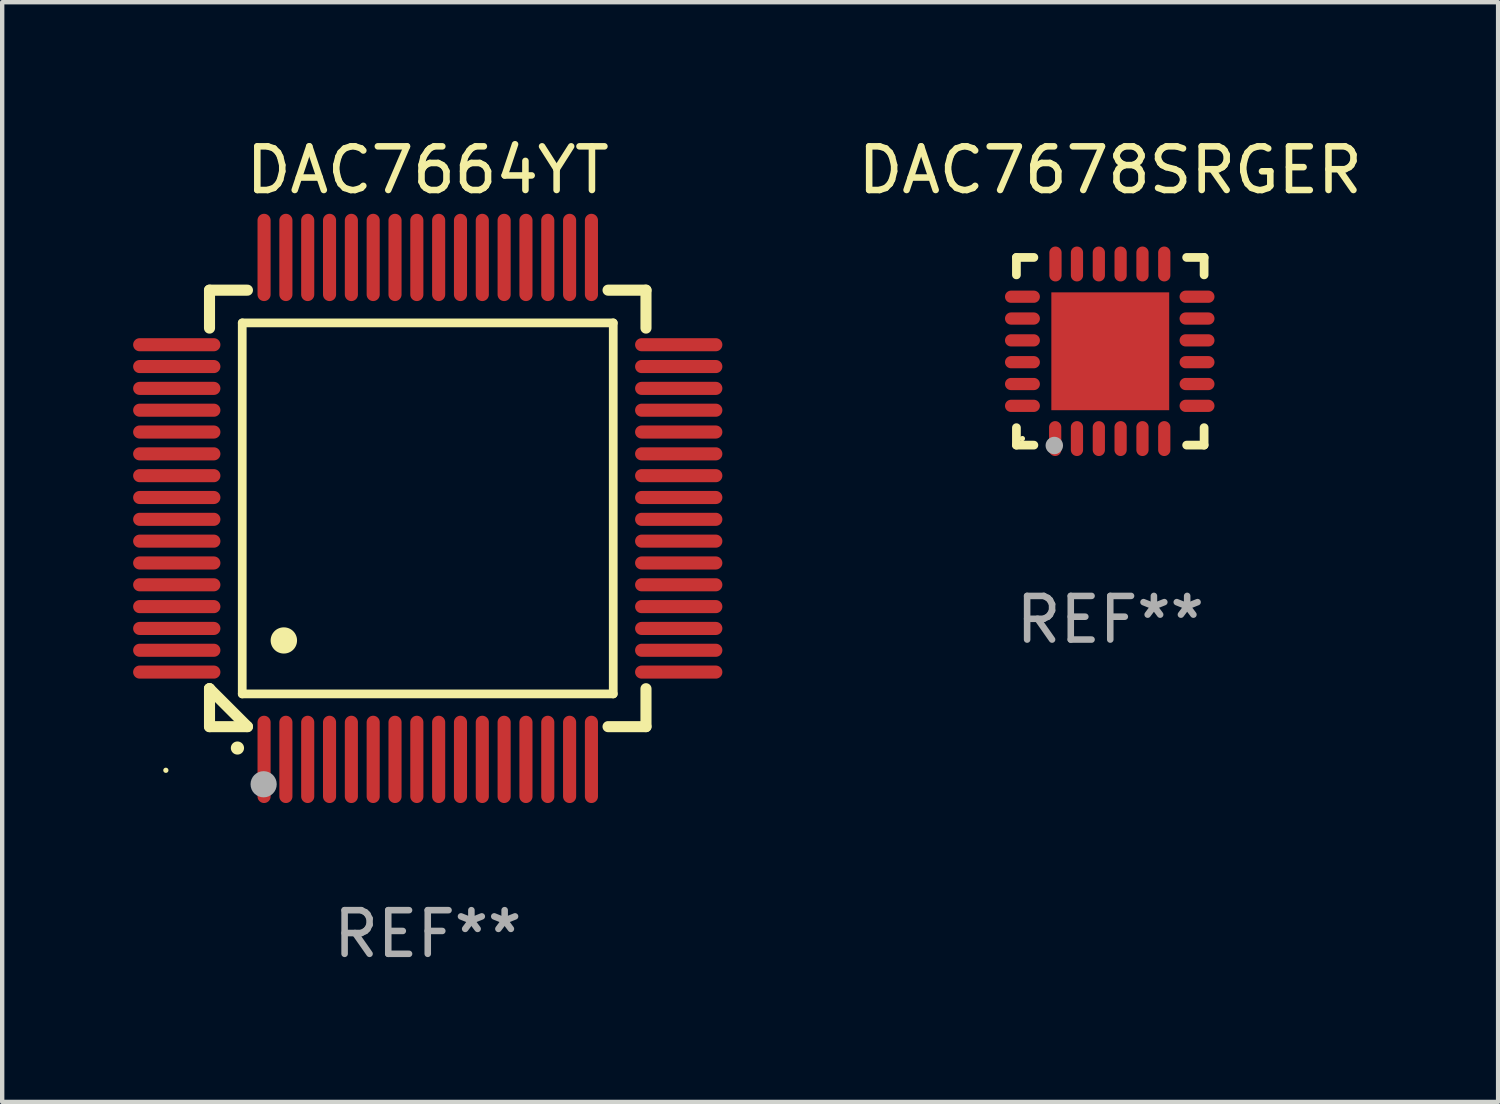
<source format=kicad_pcb>
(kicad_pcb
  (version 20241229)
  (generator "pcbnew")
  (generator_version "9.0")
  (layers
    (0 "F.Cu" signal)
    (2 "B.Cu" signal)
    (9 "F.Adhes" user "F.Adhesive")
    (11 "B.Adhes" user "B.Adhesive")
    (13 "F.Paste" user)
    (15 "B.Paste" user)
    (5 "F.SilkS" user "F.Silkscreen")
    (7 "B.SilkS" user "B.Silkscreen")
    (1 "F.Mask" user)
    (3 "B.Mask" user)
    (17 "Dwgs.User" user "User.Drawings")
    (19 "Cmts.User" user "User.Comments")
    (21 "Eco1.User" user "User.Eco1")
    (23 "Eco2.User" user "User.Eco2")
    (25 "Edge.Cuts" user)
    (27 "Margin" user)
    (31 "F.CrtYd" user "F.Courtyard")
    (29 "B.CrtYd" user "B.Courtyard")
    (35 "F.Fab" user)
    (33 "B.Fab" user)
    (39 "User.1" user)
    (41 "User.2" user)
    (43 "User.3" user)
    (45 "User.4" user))
  (footprint "DAC7678SRGER"
    (layer "F.Cu")
    (at 22.387 4.998)
    (property "Reference" "DAC7678SRGER" (at 0 -4.15 0) (layer "F.SilkS") (effects (font (size 1 1) (thickness 0.15))))
    (attr through_hole)
    (fp_line (start -2.15 -2.15) (end -1.75 -2.15) (stroke (width 0.2) (type solid)) (layer "F.SilkS"))
    (fp_line (start -2.15 -1.75) (end -2.15 -2.15) (stroke (width 0.2) (type solid)) (layer "F.SilkS"))
    (fp_line (start -2.15 2.15) (end -2.15 1.75) (stroke (width 0.2) (type solid)) (layer "F.SilkS"))
    (fp_line (start -1.75 2.15) (end -2.15 2.15) (stroke (width 0.2) (type solid)) (layer "F.SilkS"))
    (fp_line (start 2.15 -2.15) (end 1.75 -2.15) (stroke (width 0.2) (type solid)) (layer "F.SilkS"))
    (fp_line (start 2.15 -1.75) (end 2.15 -2.15) (stroke (width 0.2) (type solid)) (layer "F.SilkS"))
    (fp_line (start 2.15 1.75) (end 2.15 2.15) (stroke (width 0.2) (type solid)) (layer "F.SilkS"))
    (fp_line (start 2.15 2.15) (end 1.75 2.15) (stroke (width 0.2) (type solid)) (layer "F.SilkS"))
    (fp_circle (center -2.013 2) (end -1.983 2) (stroke (width 0.06) (type solid)) (fill no) (layer "F.SilkS"))
    (fp_circle (center -1.282 2.159) (end -1.182 2.159) (stroke (width 0.2) (type solid)) (fill no) (layer "F.Fab"))
    (fp_text user "REF**" (at 0 6.15 0) (layer "F.Fab") (effects (font (size 1 1) (thickness 0.15))))
    (pad "1" smd oval (at -1.262 2) (size 0.28 0.8) (layers "F.Cu" "F.Mask" "F.Paste"))
    (pad "2" smd oval (at -0.763 2) (size 0.28 0.8) (layers "F.Cu" "F.Mask" "F.Paste"))
    (pad "3" smd oval (at -0.262 2) (size 0.28 0.8) (layers "F.Cu" "F.Mask" "F.Paste"))
    (pad "4" smd oval (at 0.237 2) (size 0.28 0.8) (layers "F.Cu" "F.Mask" "F.Paste"))
    (pad "5" smd oval (at 0.738 2) (size 0.28 0.8) (layers "F.Cu" "F.Mask" "F.Paste"))
    (pad "6" smd oval (at 1.237 2) (size 0.28 0.8) (layers "F.Cu" "F.Mask" "F.Paste"))
    (pad "7" smd oval (at 1.988 1.25) (size 0.8 0.28) (layers "F.Cu" "F.Mask" "F.Paste"))
    (pad "8" smd oval (at 1.988 0.75) (size 0.8 0.28) (layers "F.Cu" "F.Mask" "F.Paste"))
    (pad "9" smd oval (at 1.988 0.25) (size 0.8 0.28) (layers "F.Cu" "F.Mask" "F.Paste"))
    (pad "10" smd oval (at 1.988 -0.25) (size 0.8 0.28) (layers "F.Cu" "F.Mask" "F.Paste"))
    (pad "11" smd oval (at 1.988 -0.75) (size 0.8 0.28) (layers "F.Cu" "F.Mask" "F.Paste"))
    (pad "12" smd oval (at 1.988 -1.25) (size 0.8 0.28) (layers "F.Cu" "F.Mask" "F.Paste"))
    (pad "13" smd oval (at 1.237 -2) (size 0.28 0.8) (layers "F.Cu" "F.Mask" "F.Paste"))
    (pad "14" smd oval (at 0.738 -2) (size 0.28 0.8) (layers "F.Cu" "F.Mask" "F.Paste"))
    (pad "15" smd oval (at 0.237 -2) (size 0.28 0.8) (layers "F.Cu" "F.Mask" "F.Paste"))
    (pad "16" smd oval (at -0.262 -2) (size 0.28 0.8) (layers "F.Cu" "F.Mask" "F.Paste"))
    (pad "17" smd oval (at -0.763 -2) (size 0.28 0.8) (layers "F.Cu" "F.Mask" "F.Paste"))
    (pad "18" smd oval (at -1.255 -2) (size 0.28 0.8) (layers "F.Cu" "F.Mask" "F.Paste"))
    (pad "19" smd oval (at -2.012 -1.25) (size 0.8 0.28) (layers "F.Cu" "F.Mask" "F.Paste"))
    (pad "20" smd oval (at -2.012 -0.75) (size 0.8 0.28) (layers "F.Cu" "F.Mask" "F.Paste"))
    (pad "21" smd oval (at -2.012 -0.25) (size 0.8 0.28) (layers "F.Cu" "F.Mask" "F.Paste"))
    (pad "22" smd oval (at -2.012 0.25) (size 0.8 0.28) (layers "F.Cu" "F.Mask" "F.Paste"))
    (pad "23" smd oval (at -2.012 0.75) (size 0.8 0.28) (layers "F.Cu" "F.Mask" "F.Paste"))
    (pad "24" smd oval (at -2.012 1.25) (size 0.8 0.28) (layers "F.Cu" "F.Mask" "F.Paste"))
    (pad "25" smd rect (at -0.000013 -0.000025) (size 2.7 2.7) (layers "F.Cu" "F.Mask" "F.Paste")))
  (footprint "DAC7664YT"
    (layer "F.Cu")
    (at 6.75 8.598)
    (property "Reference" "DAC7664YT" (at 0 -7.75 0) (layer "F.SilkS") (effects (font (size 1 1) (thickness 0.15))))
    (attr through_hole)
    (fp_line (start -5 -5) (end -4.131 -5) (stroke (width 0.254) (type solid)) (layer "F.SilkS"))
    (fp_line (start -5 -4.131) (end -5 -5) (stroke (width 0.254) (type solid)) (layer "F.SilkS"))
    (fp_line (start -5 4.131) (end -5 4.131) (stroke (width 0.254) (type solid)) (layer "F.SilkS"))
    (fp_line (start -5 5) (end -5 4.131) (stroke (width 0.254) (type solid)) (layer "F.SilkS"))
    (fp_line (start -5 4.131) (end -4.131 5) (stroke (width 0.254) (type solid)) (layer "F.SilkS"))
    (fp_line (start -4.25 -4.25) (end -4.25 4.25) (stroke (width 0.2) (type solid)) (layer "F.SilkS"))
    (fp_line (start -4.25 4.25) (end 4.25 4.25) (stroke (width 0.2) (type solid)) (layer "F.SilkS"))
    (fp_line (start -4.131 5) (end -5 5) (stroke (width 0.254) (type solid)) (layer "F.SilkS"))
    (fp_line (start 4.25 -4.25) (end -4.25 -4.25) (stroke (width 0.2) (type solid)) (layer "F.SilkS"))
    (fp_line (start 4.25 4.25) (end 4.25 -4.25) (stroke (width 0.2) (type solid)) (layer "F.SilkS"))
    (fp_line (start 5 -5) (end 4.131 -5) (stroke (width 0.254) (type solid)) (layer "F.SilkS"))
    (fp_line (start 5 -5) (end 5 -4.131) (stroke (width 0.254) (type solid)) (layer "F.SilkS"))
    (fp_line (start 5 4.131) (end 5 5) (stroke (width 0.254) (type solid)) (layer "F.SilkS"))
    (fp_line (start 5 5) (end 4.131 5) (stroke (width 0.254) (type solid)) (layer "F.SilkS"))
    (fp_arc (start -4.361265 5.489992) (mid -4.359995 5.489987) (end -4.358725 5.489992) (stroke (width 0.3) (type solid)) (layer "F.SilkS"))
    (fp_arc (start -3.299467 3.025146) (mid -3.296927 3.025135) (end -3.294387 3.025146) (stroke (width 0.6) (type solid)) (layer "F.SilkS"))
    (fp_circle (center -6 6) (end -5.97 6) (stroke (width 0.06) (type solid)) (fill no) (layer "F.SilkS"))
    (fp_circle (center -3.76 6.32) (end -3.61 6.32) (stroke (width 0.3) (type solid)) (fill no) (layer "F.Fab"))
    (fp_text user "REF**" (at 0 9.75 0) (layer "F.Fab") (effects (font (size 1 1) (thickness 0.15))))
    (pad "1" smd oval (at -3.75 5.75) (size 0.3 2) (layers "F.Cu" "F.Mask" "F.Paste"))
    (pad "2" smd oval (at -3.25 5.75) (size 0.3 2) (layers "F.Cu" "F.Mask" "F.Paste"))
    (pad "3" smd oval (at -2.75 5.75) (size 0.3 2) (layers "F.Cu" "F.Mask" "F.Paste"))
    (pad "4" smd oval (at -2.25 5.75) (size 0.3 2) (layers "F.Cu" "F.Mask" "F.Paste"))
    (pad "5" smd oval (at -1.75 5.75) (size 0.3 2) (layers "F.Cu" "F.Mask" "F.Paste"))
    (pad "6" smd oval (at -1.25 5.75) (size 0.3 2) (layers "F.Cu" "F.Mask" "F.Paste"))
    (pad "7" smd oval (at -0.75 5.75) (size 0.3 2) (layers "F.Cu" "F.Mask" "F.Paste"))
    (pad "8" smd oval (at -0.25 5.75) (size 0.3 2) (layers "F.Cu" "F.Mask" "F.Paste"))
    (pad "9" smd oval (at 0.25 5.75) (size 0.3 2) (layers "F.Cu" "F.Mask" "F.Paste"))
    (pad "10" smd oval (at 0.75 5.75) (size 0.3 2) (layers "F.Cu" "F.Mask" "F.Paste"))
    (pad "11" smd oval (at 1.25 5.75) (size 0.3 2) (layers "F.Cu" "F.Mask" "F.Paste"))
    (pad "12" smd oval (at 1.75 5.75) (size 0.3 2) (layers "F.Cu" "F.Mask" "F.Paste"))
    (pad "13" smd oval (at 2.25 5.75) (size 0.3 2) (layers "F.Cu" "F.Mask" "F.Paste"))
    (pad "14" smd oval (at 2.75 5.75) (size 0.3 2) (layers "F.Cu" "F.Mask" "F.Paste"))
    (pad "15" smd oval (at 3.25 5.75) (size 0.3 2) (layers "F.Cu" "F.Mask" "F.Paste"))
    (pad "16" smd oval (at 3.75 5.75) (size 0.3 2) (layers "F.Cu" "F.Mask" "F.Paste"))
    (pad "17" smd oval (at 5.75 3.75) (size 2 0.3) (layers "F.Cu" "F.Mask" "F.Paste"))
    (pad "18" smd oval (at 5.75 3.25) (size 2 0.3) (layers "F.Cu" "F.Mask" "F.Paste"))
    (pad "19" smd oval (at 5.75 2.75) (size 2 0.3) (layers "F.Cu" "F.Mask" "F.Paste"))
    (pad "20" smd oval (at 5.75 2.25) (size 2 0.3) (layers "F.Cu" "F.Mask" "F.Paste"))
    (pad "21" smd oval (at 5.75 1.75) (size 2 0.3) (layers "F.Cu" "F.Mask" "F.Paste"))
    (pad "22" smd oval (at 5.75 1.25) (size 2 0.3) (layers "F.Cu" "F.Mask" "F.Paste"))
    (pad "23" smd oval (at 5.75 0.75) (size 2 0.3) (layers "F.Cu" "F.Mask" "F.Paste"))
    (pad "24" smd oval (at 5.75 0.25) (size 2 0.3) (layers "F.Cu" "F.Mask" "F.Paste"))
    (pad "25" smd oval (at 5.75 -0.25) (size 2 0.3) (layers "F.Cu" "F.Mask" "F.Paste"))
    (pad "26" smd oval (at 5.75 -0.75) (size 2 0.3) (layers "F.Cu" "F.Mask" "F.Paste"))
    (pad "27" smd oval (at 5.75 -1.25) (size 2 0.3) (layers "F.Cu" "F.Mask" "F.Paste"))
    (pad "28" smd oval (at 5.75 -1.75) (size 2 0.3) (layers "F.Cu" "F.Mask" "F.Paste"))
    (pad "29" smd oval (at 5.75 -2.25) (size 2 0.3) (layers "F.Cu" "F.Mask" "F.Paste"))
    (pad "30" smd oval (at 5.75 -2.75) (size 2 0.3) (layers "F.Cu" "F.Mask" "F.Paste"))
    (pad "31" smd oval (at 5.75 -3.25) (size 2 0.3) (layers "F.Cu" "F.Mask" "F.Paste"))
    (pad "32" smd oval (at 5.75 -3.75) (size 2 0.3) (layers "F.Cu" "F.Mask" "F.Paste"))
    (pad "33" smd oval (at 3.75 -5.75) (size 0.3 2) (layers "F.Cu" "F.Mask" "F.Paste"))
    (pad "34" smd oval (at 3.25 -5.75) (size 0.3 2) (layers "F.Cu" "F.Mask" "F.Paste"))
    (pad "35" smd oval (at 2.75 -5.75) (size 0.3 2) (layers "F.Cu" "F.Mask" "F.Paste"))
    (pad "36" smd oval (at 2.25 -5.75) (size 0.3 2) (layers "F.Cu" "F.Mask" "F.Paste"))
    (pad "37" smd oval (at 1.75 -5.75) (size 0.3 2) (layers "F.Cu" "F.Mask" "F.Paste"))
    (pad "38" smd oval (at 1.25 -5.75) (size 0.3 2) (layers "F.Cu" "F.Mask" "F.Paste"))
    (pad "39" smd oval (at 0.75 -5.75) (size 0.3 2) (layers "F.Cu" "F.Mask" "F.Paste"))
    (pad "40" smd oval (at 0.25 -5.75) (size 0.3 2) (layers "F.Cu" "F.Mask" "F.Paste"))
    (pad "41" smd oval (at -0.25 -5.75) (size 0.3 2) (layers "F.Cu" "F.Mask" "F.Paste"))
    (pad "42" smd oval (at -0.75 -5.75) (size 0.3 2) (layers "F.Cu" "F.Mask" "F.Paste"))
    (pad "43" smd oval (at -1.25 -5.75) (size 0.3 2) (layers "F.Cu" "F.Mask" "F.Paste"))
    (pad "44" smd oval (at -1.75 -5.75) (size 0.3 2) (layers "F.Cu" "F.Mask" "F.Paste"))
    (pad "45" smd oval (at -2.25 -5.75) (size 0.3 2) (layers "F.Cu" "F.Mask" "F.Paste"))
    (pad "46" smd oval (at -2.75 -5.75) (size 0.3 2) (layers "F.Cu" "F.Mask" "F.Paste"))
    (pad "47" smd oval (at -3.25 -5.75) (size 0.3 2) (layers "F.Cu" "F.Mask" "F.Paste"))
    (pad "48" smd oval (at -3.75 -5.75) (size 0.3 2) (layers "F.Cu" "F.Mask" "F.Paste"))
    (pad "49" smd oval (at -5.75 -3.75) (size 2 0.3) (layers "F.Cu" "F.Mask" "F.Paste"))
    (pad "50" smd oval (at -5.75 -3.25) (size 2 0.3) (layers "F.Cu" "F.Mask" "F.Paste"))
    (pad "51" smd oval (at -5.75 -2.75) (size 2 0.3) (layers "F.Cu" "F.Mask" "F.Paste"))
    (pad "52" smd oval (at -5.75 -2.25) (size 2 0.3) (layers "F.Cu" "F.Mask" "F.Paste"))
    (pad "53" smd oval (at -5.75 -1.75) (size 2 0.3) (layers "F.Cu" "F.Mask" "F.Paste"))
    (pad "54" smd oval (at -5.75 -1.25) (size 2 0.3) (layers "F.Cu" "F.Mask" "F.Paste"))
    (pad "55" smd oval (at -5.75 -0.75) (size 2 0.3) (layers "F.Cu" "F.Mask" "F.Paste"))
    (pad "56" smd oval (at -5.75 -0.25) (size 2 0.3) (layers "F.Cu" "F.Mask" "F.Paste"))
    (pad "57" smd oval (at -5.75 0.25) (size 2 0.3) (layers "F.Cu" "F.Mask" "F.Paste"))
    (pad "58" smd oval (at -5.75 0.75) (size 2 0.3) (layers "F.Cu" "F.Mask" "F.Paste"))
    (pad "59" smd oval (at -5.75 1.25) (size 2 0.3) (layers "F.Cu" "F.Mask" "F.Paste"))
    (pad "60" smd oval (at -5.75 1.75) (size 2 0.3) (layers "F.Cu" "F.Mask" "F.Paste"))
    (pad "61" smd oval (at -5.75 2.25) (size 2 0.3) (layers "F.Cu" "F.Mask" "F.Paste"))
    (pad "62" smd oval (at -5.75 2.75) (size 2 0.3) (layers "F.Cu" "F.Mask" "F.Paste"))
    (pad "63" smd oval (at -5.75 3.25) (size 2 0.3) (layers "F.Cu" "F.Mask" "F.Paste"))
    (pad "64" smd oval (at -5.75 3.75) (size 2 0.3) (layers "F.Cu" "F.Mask" "F.Paste")))
  (gr_rect
    (start -3 -3)
    (end 31.273 22.196)
    (stroke (width 0.1) (type default))
    (fill no)
    (layer "Edge.Cuts")))
</source>
